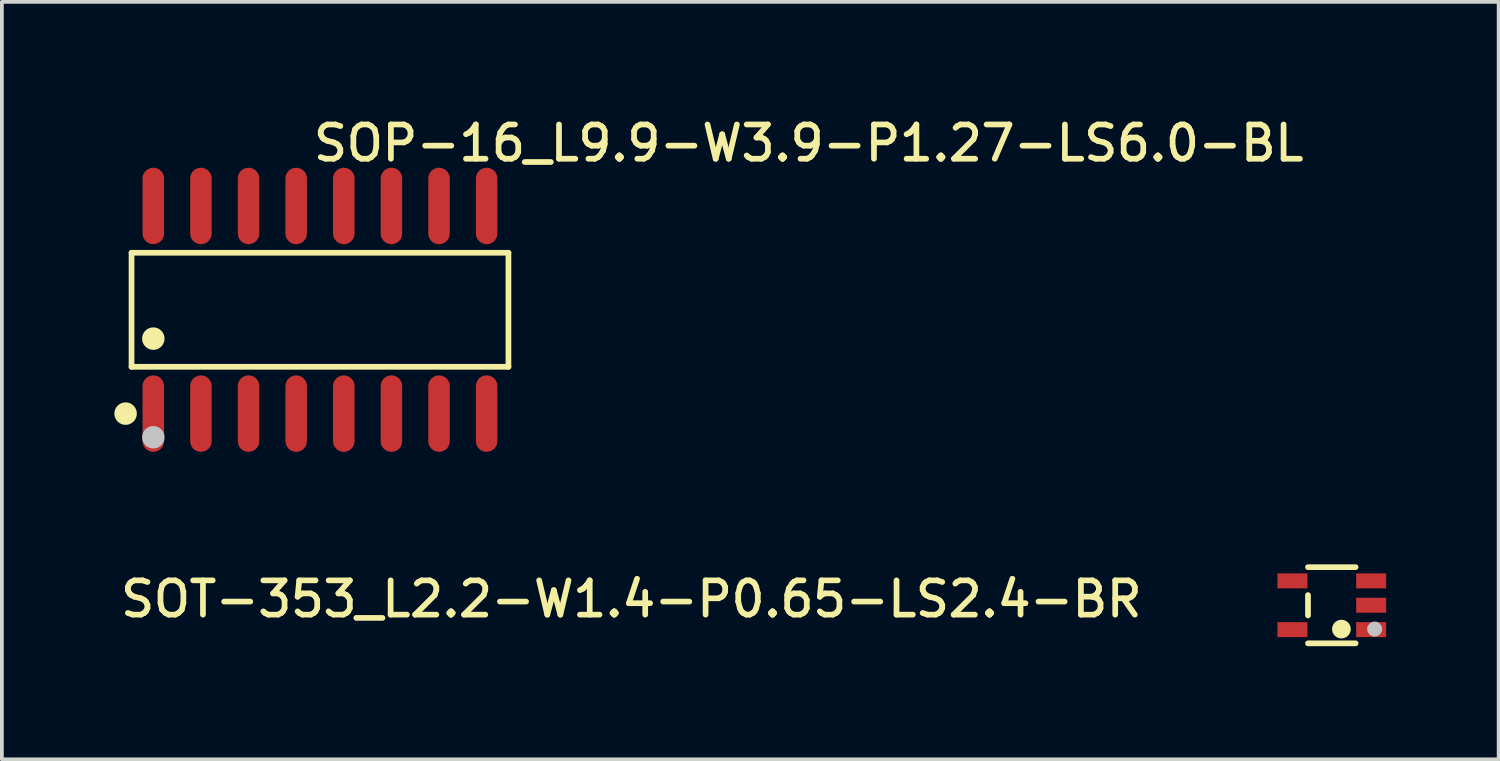
<source format=kicad_pcb>
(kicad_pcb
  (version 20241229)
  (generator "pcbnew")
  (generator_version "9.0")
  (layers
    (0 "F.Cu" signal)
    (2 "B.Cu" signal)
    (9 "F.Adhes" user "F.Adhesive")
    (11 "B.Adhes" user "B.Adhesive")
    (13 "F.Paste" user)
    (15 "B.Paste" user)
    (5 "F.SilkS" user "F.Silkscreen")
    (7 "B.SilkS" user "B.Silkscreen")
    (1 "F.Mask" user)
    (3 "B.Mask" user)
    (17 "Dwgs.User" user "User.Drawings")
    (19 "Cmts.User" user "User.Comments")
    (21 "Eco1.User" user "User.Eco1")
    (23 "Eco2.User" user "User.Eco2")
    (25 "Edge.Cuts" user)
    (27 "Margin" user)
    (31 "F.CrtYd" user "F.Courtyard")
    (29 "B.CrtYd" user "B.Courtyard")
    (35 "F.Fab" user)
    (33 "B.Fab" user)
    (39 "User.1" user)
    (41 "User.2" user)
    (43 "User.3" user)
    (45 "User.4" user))
  (footprint "SOP-16_L9.9-W3.9-P1.27-LS6.0-BL"
    (layer "F.Cu")
    (at 5.484 5.212)
    (property "Reference" "SOP-16_L9.9-W3.9-P1.27-LS6.0-BL" (at -0.254 -4.978 0) (layer "F.SilkS") (effects (font (size 0.914 0.914) (thickness 0.152)) (justify left top)))
    (fp_line (start -5.026 -1.521) (end 5.026 -1.521) (stroke (width 0.152) (type default)) (layer "F.SilkS"))
    (fp_line (start -5.026 1.521) (end -5.026 -1.521) (stroke (width 0.152) (type default)) (layer "F.SilkS"))
    (fp_line (start 5.026 -1.521) (end 5.026 1.521) (stroke (width 0.152) (type default)) (layer "F.SilkS"))
    (fp_line (start 5.026 1.521) (end -5.026 1.521) (stroke (width 0.152) (type default)) (layer "F.SilkS"))
    (fp_circle (center -5.184 2.769) (end -5.034 2.769) (stroke (width 0.3) (type default)) (fill no) (layer "F.SilkS"))
    (fp_circle (center -4.445 0.769) (end -4.295 0.769) (stroke (width 0.3) (type default)) (fill no) (layer "F.SilkS"))
    (fp_circle (center -4.445 3.4) (end -4.295 3.4) (stroke (width 0.3) (type default)) (fill no) (layer "Dwgs.User"))
    (fp_circle (center -4.95 3) (end -4.92 3) (stroke (width 0.06) (type default)) (fill no) (layer "User.5"))
    (pad "1" smd oval (at -4.445 2.769) (size 0.574 2.038) (layers "F.Cu" "F.Mask" "F.Paste"))
    (pad "2" smd oval (at -3.175 2.769) (size 0.574 2.038) (layers "F.Cu" "F.Mask" "F.Paste"))
    (pad "3" smd oval (at -1.905 2.769) (size 0.574 2.038) (layers "F.Cu" "F.Mask" "F.Paste"))
    (pad "4" smd oval (at -0.635 2.769) (size 0.574 2.038) (layers "F.Cu" "F.Mask" "F.Paste"))
    (pad "5" smd oval (at 0.635 2.769) (size 0.574 2.038) (layers "F.Cu" "F.Mask" "F.Paste"))
    (pad "6" smd oval (at 1.905 2.769) (size 0.574 2.038) (layers "F.Cu" "F.Mask" "F.Paste"))
    (pad "7" smd oval (at 3.175 2.769) (size 0.574 2.038) (layers "F.Cu" "F.Mask" "F.Paste"))
    (pad "8" smd oval (at 4.445 2.769) (size 0.574 2.038) (layers "F.Cu" "F.Mask" "F.Paste"))
    (pad "9" smd oval (at 4.445 -2.769) (size 0.574 2.038) (layers "F.Cu" "F.Mask" "F.Paste"))
    (pad "10" smd oval (at 3.175 -2.769) (size 0.574 2.038) (layers "F.Cu" "F.Mask" "F.Paste"))
    (pad "11" smd oval (at 1.905 -2.769) (size 0.574 2.038) (layers "F.Cu" "F.Mask" "F.Paste"))
    (pad "12" smd oval (at 0.635 -2.769) (size 0.574 2.038) (layers "F.Cu" "F.Mask" "F.Paste"))
    (pad "13" smd oval (at -0.635 -2.769) (size 0.574 2.038) (layers "F.Cu" "F.Mask" "F.Paste"))
    (pad "14" smd oval (at -1.905 -2.769) (size 0.574 2.038) (layers "F.Cu" "F.Mask" "F.Paste"))
    (pad "15" smd oval (at -3.175 -2.769) (size 0.574 2.038) (layers "F.Cu" "F.Mask" "F.Paste"))
    (pad "16" smd oval (at -4.445 -2.769) (size 0.574 2.038) (layers "F.Cu" "F.Mask" "F.Paste"))
    (zone (net_name "") (layer "User.3") (hatch edge 0.5) (priority 100) (connect_pads yes) (min_thickness 0) (filled_areas_thickness no) (fill yes) (polygon (pts (xy 0.524 7.162) (xy 0.524 3.262) (xy 10.425 3.262) (xy 10.425 7.162))) (filled_polygon (layer "User.3") (island) (pts (xy 0.524 7.162) (xy 0.524 3.262) (xy 10.425 3.262) (xy 10.425 7.162))))
    (zone (net_name "") (layer "User.4") (hatch edge 0.5) (priority 100) (connect_pads yes) (min_thickness 0) (filled_areas_thickness no) (fill yes) (polygon (pts (xy 0.815 2.862) (xy 0.815 2.212) (xy 1.244 2.212) (xy 1.244 2.862))) (filled_polygon (layer "User.4") (island) (pts (xy 0.815 2.862) (xy 0.815 2.212) (xy 1.244 2.212) (xy 1.244 2.862))))
    (zone (net_name "") (layer "User.4") (hatch edge 0.5) (priority 100) (connect_pads) (min_thickness 0) (filled_areas_thickness no) (keepout (tracks allowed) (vias allowed) (pads allowed) (copperpour not_allowed) (footprints allowed)) (placement (enabled no)) (fill) (polygon (pts (xy 0.815 3.272) (xy 0.815 2.852) (xy 1.244 2.852) (xy 1.244 3.272))))
    (zone (net_name "") (layer "User.4") (hatch edge 0.5) (priority 100) (connect_pads) (min_thickness 0) (filled_areas_thickness no) (keepout (tracks allowed) (vias allowed) (pads allowed) (copperpour not_allowed) (footprints allowed)) (placement (enabled no)) (fill) (polygon (pts (xy 0.815 7.572) (xy 0.815 7.152) (xy 1.244 7.152) (xy 1.244 7.572))))
    (zone (net_name "") (layer "User.4") (hatch edge 0.5) (priority 100) (connect_pads yes) (min_thickness 0) (filled_areas_thickness no) (fill yes) (polygon (pts (xy 0.815 8.212) (xy 0.815 7.562) (xy 1.244 7.562) (xy 1.244 8.212))) (filled_polygon (layer "User.4") (island) (pts (xy 0.815 8.212) (xy 0.815 7.562) (xy 1.244 7.562) (xy 1.244 8.212))))
    (zone (net_name "") (layer "User.4") (hatch edge 0.5) (priority 100) (connect_pads yes) (min_thickness 0) (filled_areas_thickness no) (fill yes) (polygon (pts (xy 2.084 2.862) (xy 2.084 2.212) (xy 2.514 2.212) (xy 2.514 2.862))) (filled_polygon (layer "User.4") (island) (pts (xy 2.084 2.862) (xy 2.084 2.212) (xy 2.514 2.212) (xy 2.514 2.862))))
    (zone (net_name "") (layer "User.4") (hatch edge 0.5) (priority 100) (connect_pads) (min_thickness 0) (filled_areas_thickness no) (keepout (tracks allowed) (vias allowed) (pads allowed) (copperpour not_allowed) (footprints allowed)) (placement (enabled no)) (fill) (polygon (pts (xy 2.084 3.272) (xy 2.084 2.852) (xy 2.514 2.852) (xy 2.514 3.272))))
    (zone (net_name "") (layer "User.4") (hatch edge 0.5) (priority 100) (connect_pads) (min_thickness 0) (filled_areas_thickness no) (keepout (tracks allowed) (vias allowed) (pads allowed) (copperpour not_allowed) (footprints allowed)) (placement (enabled no)) (fill) (polygon (pts (xy 2.084 7.572) (xy 2.084 7.152) (xy 2.514 7.152) (xy 2.514 7.572))))
    (zone (net_name "") (layer "User.4") (hatch edge 0.5) (priority 100) (connect_pads yes) (min_thickness 0) (filled_areas_thickness no) (fill yes) (polygon (pts (xy 2.084 8.212) (xy 2.084 7.562) (xy 2.514 7.562) (xy 2.514 8.212))) (filled_polygon (layer "User.4") (island) (pts (xy 2.084 8.212) (xy 2.084 7.562) (xy 2.514 7.562) (xy 2.514 8.212))))
    (zone (net_name "") (layer "User.4") (hatch edge 0.5) (priority 100) (connect_pads yes) (min_thickness 0) (filled_areas_thickness no) (fill yes) (polygon (pts (xy 3.354 2.862) (xy 3.354 2.212) (xy 3.784 2.212) (xy 3.784 2.862))) (filled_polygon (layer "User.4") (island) (pts (xy 3.354 2.862) (xy 3.354 2.212) (xy 3.784 2.212) (xy 3.784 2.862))))
    (zone (net_name "") (layer "User.4") (hatch edge 0.5) (priority 100) (connect_pads) (min_thickness 0) (filled_areas_thickness no) (keepout (tracks allowed) (vias allowed) (pads allowed) (copperpour not_allowed) (footprints allowed)) (placement (enabled no)) (fill) (polygon (pts (xy 3.354 3.272) (xy 3.354 2.852) (xy 3.784 2.852) (xy 3.784 3.272))))
    (zone (net_name "") (layer "User.4") (hatch edge 0.5) (priority 100) (connect_pads) (min_thickness 0) (filled_areas_thickness no) (keepout (tracks allowed) (vias allowed) (pads allowed) (copperpour not_allowed) (footprints allowed)) (placement (enabled no)) (fill) (polygon (pts (xy 3.354 7.572) (xy 3.354 7.152) (xy 3.784 7.152) (xy 3.784 7.572))))
    (zone (net_name "") (layer "User.4") (hatch edge 0.5) (priority 100) (connect_pads yes) (min_thickness 0) (filled_areas_thickness no) (fill yes) (polygon (pts (xy 3.354 8.212) (xy 3.354 7.562) (xy 3.784 7.562) (xy 3.784 8.212))) (filled_polygon (layer "User.4") (island) (pts (xy 3.354 8.212) (xy 3.354 7.562) (xy 3.784 7.562) (xy 3.784 8.212))))
    (zone (net_name "") (layer "User.4") (hatch edge 0.5) (priority 100) (connect_pads yes) (min_thickness 0) (filled_areas_thickness no) (fill yes) (polygon (pts (xy 4.625 2.862) (xy 4.625 2.212) (xy 5.054 2.212) (xy 5.054 2.862))) (filled_polygon (layer "User.4") (island) (pts (xy 4.625 2.862) (xy 4.625 2.212) (xy 5.054 2.212) (xy 5.054 2.862))))
    (zone (net_name "") (layer "User.4") (hatch edge 0.5) (priority 100) (connect_pads) (min_thickness 0) (filled_areas_thickness no) (keepout (tracks allowed) (vias allowed) (pads allowed) (copperpour not_allowed) (footprints allowed)) (placement (enabled no)) (fill) (polygon (pts (xy 4.625 3.272) (xy 4.625 2.852) (xy 5.054 2.852) (xy 5.054 3.272))))
    (zone (net_name "") (layer "User.4") (hatch edge 0.5) (priority 100) (connect_pads) (min_thickness 0) (filled_areas_thickness no) (keepout (tracks allowed) (vias allowed) (pads allowed) (copperpour not_allowed) (footprints allowed)) (placement (enabled no)) (fill) (polygon (pts (xy 4.625 7.572) (xy 4.625 7.152) (xy 5.054 7.152) (xy 5.054 7.572))))
    (zone (net_name "") (layer "User.4") (hatch edge 0.5) (priority 100) (connect_pads yes) (min_thickness 0) (filled_areas_thickness no) (fill yes) (polygon (pts (xy 4.625 8.212) (xy 4.625 7.562) (xy 5.054 7.562) (xy 5.054 8.212))) (filled_polygon (layer "User.4") (island) (pts (xy 4.625 8.212) (xy 4.625 7.562) (xy 5.054 7.562) (xy 5.054 8.212))))
    (zone (net_name "") (layer "User.4") (hatch edge 0.5) (priority 100) (connect_pads yes) (min_thickness 0) (filled_areas_thickness no) (fill yes) (polygon (pts (xy 5.894 2.862) (xy 5.894 2.212) (xy 6.324 2.212) (xy 6.324 2.862))) (filled_polygon (layer "User.4") (island) (pts (xy 5.894 2.862) (xy 5.894 2.212) (xy 6.324 2.212) (xy 6.324 2.862))))
    (zone (net_name "") (layer "User.4") (hatch edge 0.5) (priority 100) (connect_pads) (min_thickness 0) (filled_areas_thickness no) (keepout (tracks allowed) (vias allowed) (pads allowed) (copperpour not_allowed) (footprints allowed)) (placement (enabled no)) (fill) (polygon (pts (xy 5.894 3.272) (xy 5.894 2.852) (xy 6.324 2.852) (xy 6.324 3.272))))
    (zone (net_name "") (layer "User.4") (hatch edge 0.5) (priority 100) (connect_pads) (min_thickness 0) (filled_areas_thickness no) (keepout (tracks allowed) (vias allowed) (pads allowed) (copperpour not_allowed) (footprints allowed)) (placement (enabled no)) (fill) (polygon (pts (xy 5.894 7.572) (xy 5.894 7.152) (xy 6.324 7.152) (xy 6.324 7.572))))
    (zone (net_name "") (layer "User.4") (hatch edge 0.5) (priority 100) (connect_pads yes) (min_thickness 0) (filled_areas_thickness no) (fill yes) (polygon (pts (xy 5.894 8.212) (xy 5.894 7.562) (xy 6.324 7.562) (xy 6.324 8.212))) (filled_polygon (layer "User.4") (island) (pts (xy 5.894 8.212) (xy 5.894 7.562) (xy 6.324 7.562) (xy 6.324 8.212))))
    (zone (net_name "") (layer "User.4") (hatch edge 0.5) (priority 100) (connect_pads yes) (min_thickness 0) (filled_areas_thickness no) (fill yes) (polygon (pts (xy 7.165 2.862) (xy 7.165 2.212) (xy 7.595 2.212) (xy 7.595 2.862))) (filled_polygon (layer "User.4") (island) (pts (xy 7.165 2.862) (xy 7.165 2.212) (xy 7.595 2.212) (xy 7.595 2.862))))
    (zone (net_name "") (layer "User.4") (hatch edge 0.5) (priority 100) (connect_pads) (min_thickness 0) (filled_areas_thickness no) (keepout (tracks allowed) (vias allowed) (pads allowed) (copperpour not_allowed) (footprints allowed)) (placement (enabled no)) (fill) (polygon (pts (xy 7.165 3.272) (xy 7.165 2.852) (xy 7.595 2.852) (xy 7.595 3.272))))
    (zone (net_name "") (layer "User.4") (hatch edge 0.5) (priority 100) (connect_pads) (min_thickness 0) (filled_areas_thickness no) (keepout (tracks allowed) (vias allowed) (pads allowed) (copperpour not_allowed) (footprints allowed)) (placement (enabled no)) (fill) (polygon (pts (xy 7.165 7.572) (xy 7.165 7.152) (xy 7.595 7.152) (xy 7.595 7.572))))
    (zone (net_name "") (layer "User.4") (hatch edge 0.5) (priority 100) (connect_pads yes) (min_thickness 0) (filled_areas_thickness no) (fill yes) (polygon (pts (xy 7.165 8.212) (xy 7.165 7.562) (xy 7.595 7.562) (xy 7.595 8.212))) (filled_polygon (layer "User.4") (island) (pts (xy 7.165 8.212) (xy 7.165 7.562) (xy 7.595 7.562) (xy 7.595 8.212))))
    (zone (net_name "") (layer "User.4") (hatch edge 0.5) (priority 100) (connect_pads yes) (min_thickness 0) (filled_areas_thickness no) (fill yes) (polygon (pts (xy 8.434 2.862) (xy 8.434 2.212) (xy 8.864 2.212) (xy 8.864 2.862))) (filled_polygon (layer "User.4") (island) (pts (xy 8.434 2.862) (xy 8.434 2.212) (xy 8.864 2.212) (xy 8.864 2.862))))
    (zone (net_name "") (layer "User.4") (hatch edge 0.5) (priority 100) (connect_pads) (min_thickness 0) (filled_areas_thickness no) (keepout (tracks allowed) (vias allowed) (pads allowed) (copperpour not_allowed) (footprints allowed)) (placement (enabled no)) (fill) (polygon (pts (xy 8.434 3.272) (xy 8.434 2.852) (xy 8.864 2.852) (xy 8.864 3.272))))
    (zone (net_name "") (layer "User.4") (hatch edge 0.5) (priority 100) (connect_pads) (min_thickness 0) (filled_areas_thickness no) (keepout (tracks allowed) (vias allowed) (pads allowed) (copperpour not_allowed) (footprints allowed)) (placement (enabled no)) (fill) (polygon (pts (xy 8.434 7.572) (xy 8.434 7.152) (xy 8.864 7.152) (xy 8.864 7.572))))
    (zone (net_name "") (layer "User.4") (hatch edge 0.5) (priority 100) (connect_pads yes) (min_thickness 0) (filled_areas_thickness no) (fill yes) (polygon (pts (xy 8.434 8.212) (xy 8.434 7.562) (xy 8.864 7.562) (xy 8.864 8.212))) (filled_polygon (layer "User.4") (island) (pts (xy 8.434 8.212) (xy 8.434 7.562) (xy 8.864 7.562) (xy 8.864 8.212))))
    (zone (net_name "") (layer "User.4") (hatch edge 0.5) (priority 100) (connect_pads yes) (min_thickness 0) (filled_areas_thickness no) (fill yes) (polygon (pts (xy 9.704 2.862) (xy 9.704 2.212) (xy 10.134 2.212) (xy 10.134 2.862))) (filled_polygon (layer "User.4") (island) (pts (xy 9.704 2.862) (xy 9.704 2.212) (xy 10.134 2.212) (xy 10.134 2.862))))
    (zone (net_name "") (layer "User.4") (hatch edge 0.5) (priority 100) (connect_pads) (min_thickness 0) (filled_areas_thickness no) (keepout (tracks allowed) (vias allowed) (pads allowed) (copperpour not_allowed) (footprints allowed)) (placement (enabled no)) (fill) (polygon (pts (xy 9.704 3.272) (xy 9.704 2.852) (xy 10.134 2.852) (xy 10.134 3.272))))
    (zone (net_name "") (layer "User.4") (hatch edge 0.5) (priority 100) (connect_pads) (min_thickness 0) (filled_areas_thickness no) (keepout (tracks allowed) (vias allowed) (pads allowed) (copperpour not_allowed) (footprints allowed)) (placement (enabled no)) (fill) (polygon (pts (xy 9.704 7.572) (xy 9.704 7.152) (xy 10.134 7.152) (xy 10.134 7.572))))
    (zone (net_name "") (layer "User.4") (hatch edge 0.5) (priority 100) (connect_pads yes) (min_thickness 0) (filled_areas_thickness no) (fill yes) (polygon (pts (xy 9.704 8.212) (xy 9.704 7.562) (xy 10.134 7.562) (xy 10.134 8.212))) (filled_polygon (layer "User.4") (island) (pts (xy 9.704 8.212) (xy 9.704 7.562) (xy 10.134 7.562) (xy 10.134 8.212)))))
  (footprint "SOT-353_L2.2-W1.4-P0.65-LS2.4-BR"
    (layer "F.Cu")
    (at 32.469 13.092)
    (property "Reference" "SOT-353_L2.2-W1.4-P0.65-LS2.4-BR" (at -4.98 0.37 180) (layer "F.SilkS") (effects (font (size 0.914 0.914) (thickness 0.152)) (justify right bottom)))
    (fp_line (start -0.635 -1.016) (end 0.635 -1.016) (stroke (width 0.152) (type default)) (layer "F.SilkS"))
    (fp_line (start -0.635 0.271) (end -0.635 -0.271) (stroke (width 0.152) (type default)) (layer "F.SilkS"))
    (fp_line (start 0.635 1.016) (end -0.635 1.016) (stroke (width 0.152) (type default)) (layer "F.SilkS"))
    (fp_arc (start 0.381 0.6375) (mid 0.131994 0.63635) (end 0.381 0.635) (stroke (width 0.2489) (type default)) (layer "F.SilkS"))
    (fp_circle (center 1.143 0.635) (end 1.243 0.635) (stroke (width 0.2) (type default)) (fill no) (layer "Dwgs.User"))
    (fp_circle (center 1.15 1.05) (end 1.18 1.05) (stroke (width 0.06) (type default)) (fill no) (layer "User.5"))
    (pad "1" smd rect (at 1.05 0.65 270) (size 0.4 0.8) (layers "F.Cu" "F.Mask" "F.Paste"))
    (pad "2" smd rect (at 1.05 0 270) (size 0.4 0.8) (layers "F.Cu" "F.Mask" "F.Paste"))
    (pad "3" smd rect (at 1.05 -0.65 270) (size 0.4 0.8) (layers "F.Cu" "F.Mask" "F.Paste"))
    (pad "4" smd rect (at -1.05 -0.65 270) (size 0.4 0.8) (layers "F.Cu" "F.Mask" "F.Paste"))
    (pad "5" smd rect (at -1.05 0.65 270) (size 0.4 0.8) (layers "F.Cu" "F.Mask" "F.Paste"))
    (zone (net_name "") (layer "User.3") (hatch edge 0.5) (priority 100) (connect_pads yes) (min_thickness 0) (filled_areas_thickness no) (fill yes) (polygon (pts (xy 31.829 14.127) (xy 31.829 12.027) (xy 33.129 12.027) (xy 33.129 14.127))) (filled_polygon (layer "User.3") (island) (pts (xy 31.829 14.127) (xy 31.829 12.027) (xy 33.129 12.027) (xy 33.129 14.127))))
    (zone (net_name "") (layer "User.4") (hatch edge 0.5) (priority 100) (connect_pads yes) (min_thickness 0) (filled_areas_thickness no) (fill yes) (polygon (pts (xy 31.329 12.552) (xy 31.329 12.302) (xy 31.689 12.302) (xy 31.689 12.552))) (filled_polygon (layer "User.4") (island) (pts (xy 31.329 12.552) (xy 31.329 12.302) (xy 31.689 12.302) (xy 31.689 12.552))))
    (zone (net_name "") (layer "User.4") (hatch edge 0.5) (priority 100) (connect_pads yes) (min_thickness 0) (filled_areas_thickness no) (fill yes) (polygon (pts (xy 31.329 13.852) (xy 31.329 13.602) (xy 31.689 13.602) (xy 31.689 13.852))) (filled_polygon (layer "User.4") (island) (pts (xy 31.329 13.852) (xy 31.329 13.602) (xy 31.689 13.602) (xy 31.689 13.852))))
    (zone (net_name "") (layer "User.4") (hatch edge 0.5) (priority 100) (connect_pads) (min_thickness 0) (filled_areas_thickness no) (keepout (tracks allowed) (vias allowed) (pads allowed) (copperpour not_allowed) (footprints allowed)) (placement (enabled no)) (fill) (polygon (pts (xy 31.679 12.552) (xy 31.679 12.302) (xy 31.864 12.302) (xy 31.864 12.552))))
    (zone (net_name "") (layer "User.4") (hatch edge 0.5) (priority 100) (connect_pads) (min_thickness 0) (filled_areas_thickness no) (keepout (tracks allowed) (vias allowed) (pads allowed) (copperpour not_allowed) (footprints allowed)) (placement (enabled no)) (fill) (polygon (pts (xy 31.679 13.852) (xy 31.679 13.602) (xy 31.864 13.602) (xy 31.864 13.852))))
    (zone (net_name "") (layer "User.4") (hatch edge 0.5) (priority 100) (connect_pads) (min_thickness 0) (filled_areas_thickness no) (keepout (tracks allowed) (vias allowed) (pads allowed) (copperpour not_allowed) (footprints allowed)) (placement (enabled no)) (fill) (polygon (pts (xy 33.094 12.552) (xy 33.094 12.302) (xy 33.279 12.302) (xy 33.279 12.552))))
    (zone (net_name "") (layer "User.4") (hatch edge 0.5) (priority 100) (connect_pads) (min_thickness 0) (filled_areas_thickness no) (keepout (tracks allowed) (vias allowed) (pads allowed) (copperpour not_allowed) (footprints allowed)) (placement (enabled no)) (fill) (polygon (pts (xy 33.094 13.202) (xy 33.094 12.952) (xy 33.279 12.952) (xy 33.279 13.202))))
    (zone (net_name "") (layer "User.4") (hatch edge 0.5) (priority 100) (connect_pads) (min_thickness 0) (filled_areas_thickness no) (keepout (tracks allowed) (vias allowed) (pads allowed) (copperpour not_allowed) (footprints allowed)) (placement (enabled no)) (fill) (polygon (pts (xy 33.094 13.852) (xy 33.094 13.602) (xy 33.279 13.602) (xy 33.279 13.852))))
    (zone (net_name "") (layer "User.4") (hatch edge 0.5) (priority 100) (connect_pads yes) (min_thickness 0) (filled_areas_thickness no) (fill yes) (polygon (pts (xy 33.269 12.552) (xy 33.269 12.302) (xy 33.629 12.302) (xy 33.629 12.552))) (filled_polygon (layer "User.4") (island) (pts (xy 33.269 12.552) (xy 33.269 12.302) (xy 33.629 12.302) (xy 33.629 12.552))))
    (zone (net_name "") (layer "User.4") (hatch edge 0.5) (priority 100) (connect_pads yes) (min_thickness 0) (filled_areas_thickness no) (fill yes) (polygon (pts (xy 33.269 13.202) (xy 33.269 12.952) (xy 33.629 12.952) (xy 33.629 13.202))) (filled_polygon (layer "User.4") (island) (pts (xy 33.269 13.202) (xy 33.269 12.952) (xy 33.629 12.952) (xy 33.629 13.202))))
    (zone (net_name "") (layer "User.4") (hatch edge 0.5) (priority 100) (connect_pads yes) (min_thickness 0) (filled_areas_thickness no) (fill yes) (polygon (pts (xy 33.269 13.852) (xy 33.269 13.602) (xy 33.629 13.602) (xy 33.629 13.852))) (filled_polygon (layer "User.4") (island) (pts (xy 33.269 13.852) (xy 33.269 13.602) (xy 33.629 13.602) (xy 33.629 13.852)))))
  (gr_rect
    (start -3 -3)
    (end 36.919 17.202)
    (stroke (width 0.1) (type default))
    (fill no)
    (layer "Edge.Cuts")))
</source>
